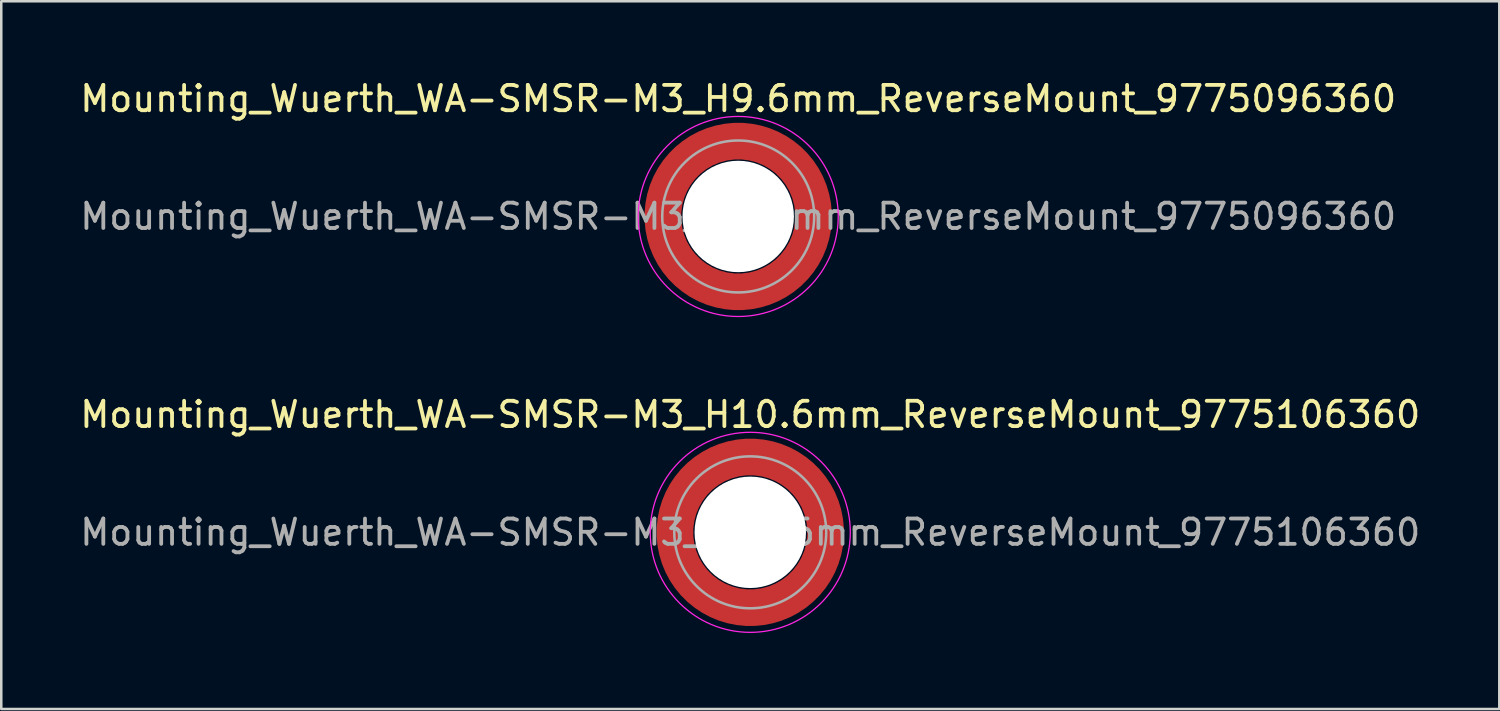
<source format=kicad_pcb>
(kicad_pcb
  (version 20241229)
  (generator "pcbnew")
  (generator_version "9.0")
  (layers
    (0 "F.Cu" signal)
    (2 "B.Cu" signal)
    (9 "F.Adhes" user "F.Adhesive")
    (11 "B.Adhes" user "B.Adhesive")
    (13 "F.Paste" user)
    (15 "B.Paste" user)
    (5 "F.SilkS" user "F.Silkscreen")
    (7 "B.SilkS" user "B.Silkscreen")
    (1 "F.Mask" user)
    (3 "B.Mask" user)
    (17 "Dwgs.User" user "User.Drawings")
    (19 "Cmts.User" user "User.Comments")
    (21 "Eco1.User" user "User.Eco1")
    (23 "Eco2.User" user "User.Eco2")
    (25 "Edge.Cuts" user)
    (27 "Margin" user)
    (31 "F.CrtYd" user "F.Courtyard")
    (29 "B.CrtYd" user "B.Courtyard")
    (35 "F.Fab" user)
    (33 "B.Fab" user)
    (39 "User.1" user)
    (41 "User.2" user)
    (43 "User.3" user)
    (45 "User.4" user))
  (footprint "Mounting_Wuerth_WA-SMSR-M3_H9.6mm_ReverseMount_9775096360"
    (layer "F.Cu")
    (at 26.101 5.498)
    (property "Reference" "Mounting_Wuerth_WA-SMSR-M3_H9.6mm_ReverseMount_9775096360" (at 0 -4.65 0) (layer "F.SilkS") (effects (font (size 1 1) (thickness 0.15))))
    (attr smd allow_soldermask_bridges)
    (fp_circle (center 0 0) (end 3.95 0) (stroke (width 0.05) (type solid)) (fill no) (layer "F.CrtYd"))
    (fp_circle (center 0 0) (end 3 0) (stroke (width 0.1) (type solid)) (fill no) (layer "F.Fab"))
    (fp_text user "${REFERENCE}" (at 0 0 0) (layer "F.Fab") (effects (font (size 1 1) (thickness 0.15))))
    (pad "" smd custom (at -2.095 -2.095) (size 0.672 0.672) (layers "F.Paste") (options (anchor circle)) (primitives (gr_arc (start -0.24231 1.594804) (mid 0.404819 0.404819) (end 1.594804 -0.24231) (width 0.2)) (gr_arc (start -0.3398 1.594804) (mid 0.337349 0.337349) (end 1.594804 -0.3398) (width 0.2)) (gr_arc (start -0.437132 1.594804) (mid 0.269879 0.269879) (end 1.594804 -0.437132) (width 0.2)) (gr_arc (start -0.534324 1.594804) (mid 0.202409 0.202409) (end 1.594804 -0.534324) (width 0.2)) (gr_arc (start -0.631391 1.594804) (mid 0.13494 0.13494) (end 1.594804 -0.631391) (width 0.2)) (gr_arc (start -0.728345 1.594804) (mid 0.06747 0.06747) (end 1.594804 -0.728345) (width 0.2)) (gr_arc (start -0.825197 1.594804) (mid 0 0) (end 1.594804 -0.825197) (width 0.2)) (gr_arc (start -0.921958 1.594804) (mid -0.06747 -0.06747) (end 1.594804 -0.921958) (width 0.2)) (gr_arc (start -1.018637 1.594804) (mid -0.13494 -0.13494) (end 1.594804 -1.018637) (width 0.2)) (gr_arc (start -1.115239 1.594804) (mid -0.202409 -0.202409) (end 1.594804 -1.115239) (width 0.2)) (gr_arc (start -1.211773 1.594804) (mid -0.269879 -0.269879) (end 1.594804 -1.211773) (width 0.2)) (gr_arc (start -1.308244 1.594804) (mid -0.337349 -0.337349) (end 1.594804 -1.308244) (width 0.2)) (gr_arc (start -1.404657 1.594804) (mid -0.404819 -0.404819) (end 1.594804 -1.404657) (width 0.2)) (gr_arc (start -1.404657 1.594804) (mid -0.404819 -0.404819) (end 1.594804 -1.404657) (width 0.2)) (gr_line (start 1.595 -0.242) (end 1.595 -1.405) (width 0.2)) (gr_line (start -0.242 1.595) (end -1.405 1.595) (width 0.2))))
    (pad "" smd custom (at -2.095 2.095) (size 0.672 0.672) (layers "F.Paste") (options (anchor circle)) (primitives (gr_arc (start 1.594804 0.24231) (mid 0.404819 -0.404819) (end -0.24231 -1.594804) (width 0.2)) (gr_arc (start 1.594804 0.3398) (mid 0.337349 -0.337349) (end -0.3398 -1.594804) (width 0.2)) (gr_arc (start 1.594804 0.437132) (mid 0.269879 -0.269879) (end -0.437132 -1.594804) (width 0.2)) (gr_arc (start 1.594804 0.534324) (mid 0.202409 -0.202409) (end -0.534324 -1.594804) (width 0.2)) (gr_arc (start 1.594804 0.631391) (mid 0.13494 -0.13494) (end -0.631391 -1.594804) (width 0.2)) (gr_arc (start 1.594804 0.728345) (mid 0.06747 -0.06747) (end -0.728345 -1.594804) (width 0.2)) (gr_arc (start 1.594804 0.825197) (mid 0 0) (end -0.825197 -1.594804) (width 0.2)) (gr_arc (start 1.594804 0.921958) (mid -0.06747 0.06747) (end -0.921958 -1.594804) (width 0.2)) (gr_arc (start 1.594804 1.018637) (mid -0.13494 0.13494) (end -1.018637 -1.594804) (width 0.2)) (gr_arc (start 1.594804 1.115239) (mid -0.202409 0.202409) (end -1.115239 -1.594804) (width 0.2)) (gr_arc (start 1.594804 1.211773) (mid -0.269879 0.269879) (end -1.211773 -1.594804) (width 0.2)) (gr_arc (start 1.594804 1.308244) (mid -0.337349 0.337349) (end -1.308244 -1.594804) (width 0.2)) (gr_arc (start 1.594804 1.404657) (mid -0.404819 0.404819) (end -1.404657 -1.594804) (width 0.2)) (gr_arc (start 1.594804 1.404657) (mid -0.404819 0.404819) (end -1.404657 -1.594804) (width 0.2)) (gr_line (start -0.242 -1.595) (end -1.405 -1.595) (width 0.2)) (gr_line (start 1.595 0.242) (end 1.595 1.405) (width 0.2))))
    (pad "" np_thru_hole circle (at 0 0) (size 4.4 4.4) (drill 4.4) (layers "*.Cu" "*.Mask"))
    (pad "" smd custom (at 2.095 -2.095) (size 0.672 0.672) (layers "F.Paste") (options (anchor circle)) (primitives (gr_arc (start -1.594804 -0.24231) (mid -0.404819 0.404819) (end 0.24231 1.594804) (width 0.2)) (gr_arc (start -1.594804 -0.3398) (mid -0.337349 0.337349) (end 0.3398 1.594804) (width 0.2)) (gr_arc (start -1.594804 -0.437132) (mid -0.269879 0.269879) (end 0.437132 1.594804) (width 0.2)) (gr_arc (start -1.594804 -0.534324) (mid -0.202409 0.202409) (end 0.534324 1.594804) (width 0.2)) (gr_arc (start -1.594804 -0.631391) (mid -0.13494 0.13494) (end 0.631391 1.594804) (width 0.2)) (gr_arc (start -1.594804 -0.728345) (mid -0.06747 0.06747) (end 0.728345 1.594804) (width 0.2)) (gr_arc (start -1.594804 -0.825197) (mid 0 0) (end 0.825197 1.594804) (width 0.2)) (gr_arc (start -1.594804 -0.921958) (mid 0.06747 -0.06747) (end 0.921958 1.594804) (width 0.2)) (gr_arc (start -1.594804 -1.018637) (mid 0.13494 -0.13494) (end 1.018637 1.594804) (width 0.2)) (gr_arc (start -1.594804 -1.115239) (mid 0.202409 -0.202409) (end 1.115239 1.594804) (width 0.2)) (gr_arc (start -1.594804 -1.211773) (mid 0.269879 -0.269879) (end 1.211773 1.594804) (width 0.2)) (gr_arc (start -1.594804 -1.308244) (mid 0.337349 -0.337349) (end 1.308244 1.594804) (width 0.2)) (gr_arc (start -1.594804 -1.404657) (mid 0.404819 -0.404819) (end 1.404657 1.594804) (width 0.2)) (gr_arc (start -1.594804 -1.404657) (mid 0.404819 -0.404819) (end 1.404657 1.594804) (width 0.2)) (gr_line (start 0.242 1.595) (end 1.405 1.595) (width 0.2)) (gr_line (start -1.595 -0.242) (end -1.595 -1.405) (width 0.2))))
    (pad "" smd custom (at 2.095 2.095) (size 0.672 0.672) (layers "F.Paste") (options (anchor circle)) (primitives (gr_arc (start 0.24231 -1.594804) (mid -0.404819 -0.404819) (end -1.594804 0.24231) (width 0.2)) (gr_arc (start 0.3398 -1.594804) (mid -0.337349 -0.337349) (end -1.594804 0.3398) (width 0.2)) (gr_arc (start 0.437132 -1.594804) (mid -0.269879 -0.269879) (end -1.594804 0.437132) (width 0.2)) (gr_arc (start 0.534324 -1.594804) (mid -0.202409 -0.202409) (end -1.594804 0.534324) (width 0.2)) (gr_arc (start 0.631391 -1.594804) (mid -0.13494 -0.13494) (end -1.594804 0.631391) (width 0.2)) (gr_arc (start 0.728345 -1.594804) (mid -0.06747 -0.06747) (end -1.594804 0.728345) (width 0.2)) (gr_arc (start 0.825197 -1.594804) (mid 0 0) (end -1.594804 0.825197) (width 0.2)) (gr_arc (start 0.921958 -1.594804) (mid 0.06747 0.06747) (end -1.594804 0.921958) (width 0.2)) (gr_arc (start 1.018637 -1.594804) (mid 0.13494 0.13494) (end -1.594804 1.018637) (width 0.2)) (gr_arc (start 1.115239 -1.594804) (mid 0.202409 0.202409) (end -1.594804 1.115239) (width 0.2)) (gr_arc (start 1.211773 -1.594804) (mid 0.269879 0.269879) (end -1.594804 1.211773) (width 0.2)) (gr_arc (start 1.308244 -1.594804) (mid 0.337349 0.337349) (end -1.594804 1.308244) (width 0.2)) (gr_arc (start 1.404657 -1.594804) (mid 0.404819 0.404819) (end -1.594804 1.404657) (width 0.2)) (gr_arc (start 1.404657 -1.594804) (mid 0.404819 0.404819) (end -1.594804 1.404657) (width 0.2)) (gr_line (start -1.595 0.242) (end -1.595 1.405) (width 0.2)) (gr_line (start 0.242 -1.595) (end 1.405 -1.595) (width 0.2))))
    (pad "1" smd circle (at -2.975 0) (size 0.942 0.942) (layers "F.Cu"))
    (pad "1" smd circle (at 0 -2.975) (size 0.942 0.942) (layers "F.Cu"))
    (pad "1" smd circle (at 0 2.975) (size 0.942 0.942) (layers "F.Cu"))
    (pad "1" smd custom (at 2.975 0) (size 1.45 1.45) (layers "F.Cu" "F.Mask") (options (anchor circle)) (primitives (gr_circle (center -2.975 0) (end 0 0) (width 1.45) (fill no)))))
  (footprint "Mounting_Wuerth_WA-SMSR-M3_H10.6mm_ReverseMount_9775106360"
    (layer "F.Cu")
    (at 26.577 17.971)
    (property "Reference" "Mounting_Wuerth_WA-SMSR-M3_H10.6mm_ReverseMount_9775106360" (at 0 -4.65 0) (layer "F.SilkS") (effects (font (size 1 1) (thickness 0.15))))
    (attr smd allow_soldermask_bridges)
    (fp_circle (center 0 0) (end 3.95 0) (stroke (width 0.05) (type solid)) (fill no) (layer "F.CrtYd"))
    (fp_circle (center 0 0) (end 3 0) (stroke (width 0.1) (type solid)) (fill no) (layer "F.Fab"))
    (fp_text user "${REFERENCE}" (at 0 0 0) (layer "F.Fab") (effects (font (size 1 1) (thickness 0.15))))
    (pad "" smd custom (at -2.095 -2.095) (size 0.672 0.672) (layers "F.Paste") (options (anchor circle)) (primitives (gr_arc (start -0.24231 1.594804) (mid 0.404819 0.404819) (end 1.594804 -0.24231) (width 0.2)) (gr_arc (start -0.3398 1.594804) (mid 0.337349 0.337349) (end 1.594804 -0.3398) (width 0.2)) (gr_arc (start -0.437132 1.594804) (mid 0.269879 0.269879) (end 1.594804 -0.437132) (width 0.2)) (gr_arc (start -0.534324 1.594804) (mid 0.202409 0.202409) (end 1.594804 -0.534324) (width 0.2)) (gr_arc (start -0.631391 1.594804) (mid 0.13494 0.13494) (end 1.594804 -0.631391) (width 0.2)) (gr_arc (start -0.728345 1.594804) (mid 0.06747 0.06747) (end 1.594804 -0.728345) (width 0.2)) (gr_arc (start -0.825197 1.594804) (mid 0 0) (end 1.594804 -0.825197) (width 0.2)) (gr_arc (start -0.921958 1.594804) (mid -0.06747 -0.06747) (end 1.594804 -0.921958) (width 0.2)) (gr_arc (start -1.018637 1.594804) (mid -0.13494 -0.13494) (end 1.594804 -1.018637) (width 0.2)) (gr_arc (start -1.115239 1.594804) (mid -0.202409 -0.202409) (end 1.594804 -1.115239) (width 0.2)) (gr_arc (start -1.211773 1.594804) (mid -0.269879 -0.269879) (end 1.594804 -1.211773) (width 0.2)) (gr_arc (start -1.308244 1.594804) (mid -0.337349 -0.337349) (end 1.594804 -1.308244) (width 0.2)) (gr_arc (start -1.404657 1.594804) (mid -0.404819 -0.404819) (end 1.594804 -1.404657) (width 0.2)) (gr_arc (start -1.404657 1.594804) (mid -0.404819 -0.404819) (end 1.594804 -1.404657) (width 0.2)) (gr_line (start 1.595 -0.242) (end 1.595 -1.405) (width 0.2)) (gr_line (start -0.242 1.595) (end -1.405 1.595) (width 0.2))))
    (pad "" smd custom (at -2.095 2.095) (size 0.672 0.672) (layers "F.Paste") (options (anchor circle)) (primitives (gr_arc (start 1.594804 0.24231) (mid 0.404819 -0.404819) (end -0.24231 -1.594804) (width 0.2)) (gr_arc (start 1.594804 0.3398) (mid 0.337349 -0.337349) (end -0.3398 -1.594804) (width 0.2)) (gr_arc (start 1.594804 0.437132) (mid 0.269879 -0.269879) (end -0.437132 -1.594804) (width 0.2)) (gr_arc (start 1.594804 0.534324) (mid 0.202409 -0.202409) (end -0.534324 -1.594804) (width 0.2)) (gr_arc (start 1.594804 0.631391) (mid 0.13494 -0.13494) (end -0.631391 -1.594804) (width 0.2)) (gr_arc (start 1.594804 0.728345) (mid 0.06747 -0.06747) (end -0.728345 -1.594804) (width 0.2)) (gr_arc (start 1.594804 0.825197) (mid 0 0) (end -0.825197 -1.594804) (width 0.2)) (gr_arc (start 1.594804 0.921958) (mid -0.06747 0.06747) (end -0.921958 -1.594804) (width 0.2)) (gr_arc (start 1.594804 1.018637) (mid -0.13494 0.13494) (end -1.018637 -1.594804) (width 0.2)) (gr_arc (start 1.594804 1.115239) (mid -0.202409 0.202409) (end -1.115239 -1.594804) (width 0.2)) (gr_arc (start 1.594804 1.211773) (mid -0.269879 0.269879) (end -1.211773 -1.594804) (width 0.2)) (gr_arc (start 1.594804 1.308244) (mid -0.337349 0.337349) (end -1.308244 -1.594804) (width 0.2)) (gr_arc (start 1.594804 1.404657) (mid -0.404819 0.404819) (end -1.404657 -1.594804) (width 0.2)) (gr_arc (start 1.594804 1.404657) (mid -0.404819 0.404819) (end -1.404657 -1.594804) (width 0.2)) (gr_line (start -0.242 -1.595) (end -1.405 -1.595) (width 0.2)) (gr_line (start 1.595 0.242) (end 1.595 1.405) (width 0.2))))
    (pad "" np_thru_hole circle (at 0 0) (size 4.4 4.4) (drill 4.4) (layers "*.Cu" "*.Mask"))
    (pad "" smd custom (at 2.095 -2.095) (size 0.672 0.672) (layers "F.Paste") (options (anchor circle)) (primitives (gr_arc (start -1.594804 -0.24231) (mid -0.404819 0.404819) (end 0.24231 1.594804) (width 0.2)) (gr_arc (start -1.594804 -0.3398) (mid -0.337349 0.337349) (end 0.3398 1.594804) (width 0.2)) (gr_arc (start -1.594804 -0.437132) (mid -0.269879 0.269879) (end 0.437132 1.594804) (width 0.2)) (gr_arc (start -1.594804 -0.534324) (mid -0.202409 0.202409) (end 0.534324 1.594804) (width 0.2)) (gr_arc (start -1.594804 -0.631391) (mid -0.13494 0.13494) (end 0.631391 1.594804) (width 0.2)) (gr_arc (start -1.594804 -0.728345) (mid -0.06747 0.06747) (end 0.728345 1.594804) (width 0.2)) (gr_arc (start -1.594804 -0.825197) (mid 0 0) (end 0.825197 1.594804) (width 0.2)) (gr_arc (start -1.594804 -0.921958) (mid 0.06747 -0.06747) (end 0.921958 1.594804) (width 0.2)) (gr_arc (start -1.594804 -1.018637) (mid 0.13494 -0.13494) (end 1.018637 1.594804) (width 0.2)) (gr_arc (start -1.594804 -1.115239) (mid 0.202409 -0.202409) (end 1.115239 1.594804) (width 0.2)) (gr_arc (start -1.594804 -1.211773) (mid 0.269879 -0.269879) (end 1.211773 1.594804) (width 0.2)) (gr_arc (start -1.594804 -1.308244) (mid 0.337349 -0.337349) (end 1.308244 1.594804) (width 0.2)) (gr_arc (start -1.594804 -1.404657) (mid 0.404819 -0.404819) (end 1.404657 1.594804) (width 0.2)) (gr_arc (start -1.594804 -1.404657) (mid 0.404819 -0.404819) (end 1.404657 1.594804) (width 0.2)) (gr_line (start 0.242 1.595) (end 1.405 1.595) (width 0.2)) (gr_line (start -1.595 -0.242) (end -1.595 -1.405) (width 0.2))))
    (pad "" smd custom (at 2.095 2.095) (size 0.672 0.672) (layers "F.Paste") (options (anchor circle)) (primitives (gr_arc (start 0.24231 -1.594804) (mid -0.404819 -0.404819) (end -1.594804 0.24231) (width 0.2)) (gr_arc (start 0.3398 -1.594804) (mid -0.337349 -0.337349) (end -1.594804 0.3398) (width 0.2)) (gr_arc (start 0.437132 -1.594804) (mid -0.269879 -0.269879) (end -1.594804 0.437132) (width 0.2)) (gr_arc (start 0.534324 -1.594804) (mid -0.202409 -0.202409) (end -1.594804 0.534324) (width 0.2)) (gr_arc (start 0.631391 -1.594804) (mid -0.13494 -0.13494) (end -1.594804 0.631391) (width 0.2)) (gr_arc (start 0.728345 -1.594804) (mid -0.06747 -0.06747) (end -1.594804 0.728345) (width 0.2)) (gr_arc (start 0.825197 -1.594804) (mid 0 0) (end -1.594804 0.825197) (width 0.2)) (gr_arc (start 0.921958 -1.594804) (mid 0.06747 0.06747) (end -1.594804 0.921958) (width 0.2)) (gr_arc (start 1.018637 -1.594804) (mid 0.13494 0.13494) (end -1.594804 1.018637) (width 0.2)) (gr_arc (start 1.115239 -1.594804) (mid 0.202409 0.202409) (end -1.594804 1.115239) (width 0.2)) (gr_arc (start 1.211773 -1.594804) (mid 0.269879 0.269879) (end -1.594804 1.211773) (width 0.2)) (gr_arc (start 1.308244 -1.594804) (mid 0.337349 0.337349) (end -1.594804 1.308244) (width 0.2)) (gr_arc (start 1.404657 -1.594804) (mid 0.404819 0.404819) (end -1.594804 1.404657) (width 0.2)) (gr_arc (start 1.404657 -1.594804) (mid 0.404819 0.404819) (end -1.594804 1.404657) (width 0.2)) (gr_line (start -1.595 0.242) (end -1.595 1.405) (width 0.2)) (gr_line (start 0.242 -1.595) (end 1.405 -1.595) (width 0.2))))
    (pad "1" smd circle (at -2.975 0) (size 0.942 0.942) (layers "F.Cu"))
    (pad "1" smd circle (at 0 -2.975) (size 0.942 0.942) (layers "F.Cu"))
    (pad "1" smd circle (at 0 2.975) (size 0.942 0.942) (layers "F.Cu"))
    (pad "1" smd custom (at 2.975 0) (size 1.45 1.45) (layers "F.Cu" "F.Mask") (options (anchor circle)) (primitives (gr_circle (center -2.975 0) (end 0 0) (width 1.45) (fill no)))))
  (gr_rect
    (start -3 -3)
    (end 56.155 24.947)
    (stroke (width 0.1) (type default))
    (fill no)
    (layer "Edge.Cuts")))
</source>
